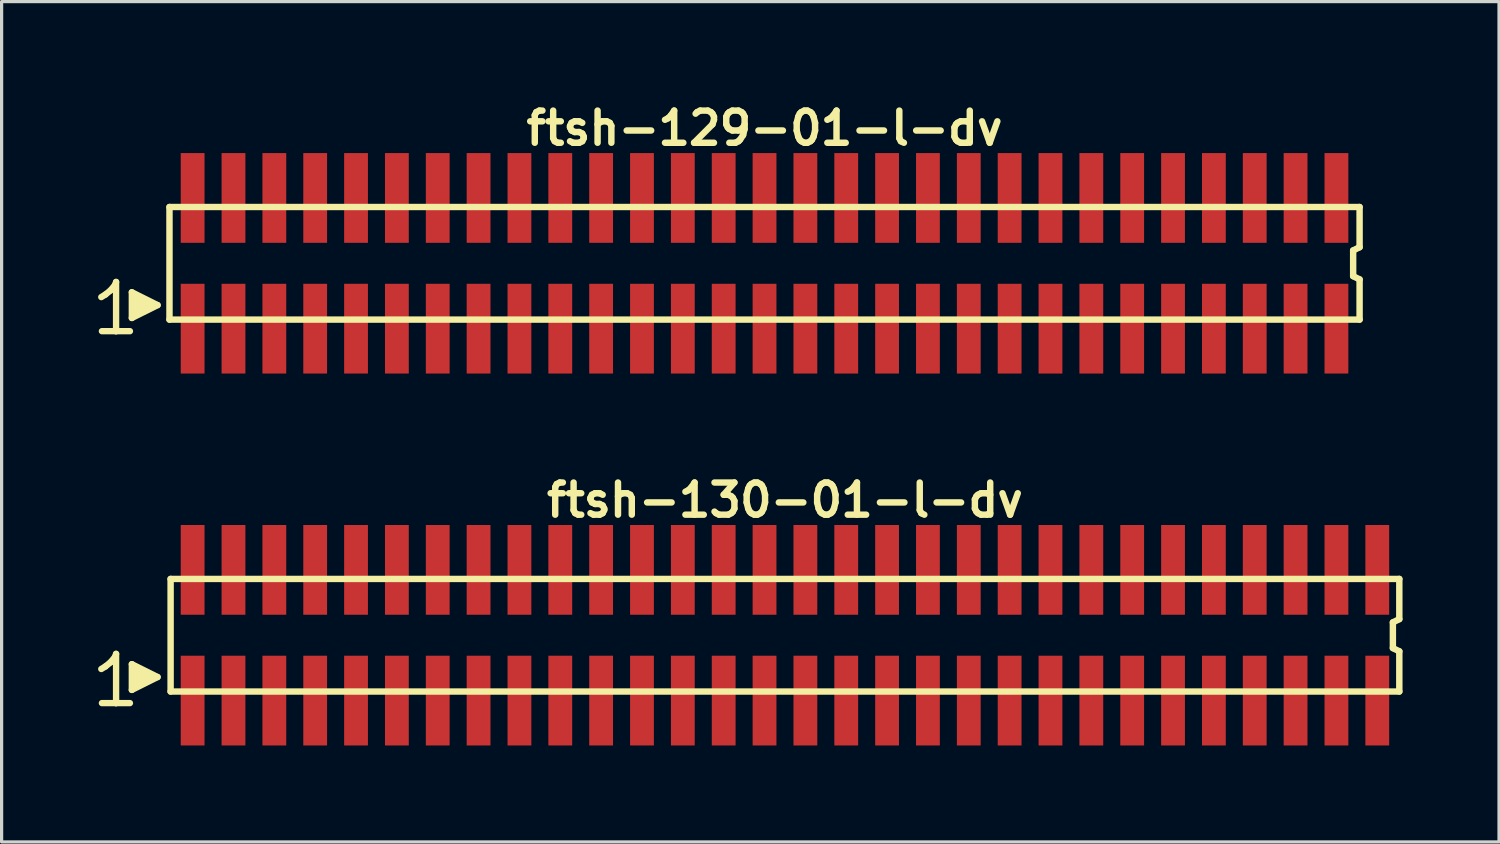
<source format=kicad_pcb>
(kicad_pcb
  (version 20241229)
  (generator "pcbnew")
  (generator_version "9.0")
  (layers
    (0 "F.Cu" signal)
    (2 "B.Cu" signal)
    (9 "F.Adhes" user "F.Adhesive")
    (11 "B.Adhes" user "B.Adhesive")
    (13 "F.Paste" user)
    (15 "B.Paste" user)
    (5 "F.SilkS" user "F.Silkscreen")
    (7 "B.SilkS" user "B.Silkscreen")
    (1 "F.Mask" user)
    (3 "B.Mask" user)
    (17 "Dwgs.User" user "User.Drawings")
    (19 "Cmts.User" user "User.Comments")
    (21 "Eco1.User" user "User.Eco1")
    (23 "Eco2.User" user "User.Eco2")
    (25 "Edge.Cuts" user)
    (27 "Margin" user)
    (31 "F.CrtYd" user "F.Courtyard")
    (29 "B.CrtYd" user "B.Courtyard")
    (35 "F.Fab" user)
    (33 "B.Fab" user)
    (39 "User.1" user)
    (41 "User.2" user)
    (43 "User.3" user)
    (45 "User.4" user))
  (footprint "ftsh-130-01-l-dv"
    (layer "F.Cu")
    (at 21.354 16.699)
    (property "Reference" "ftsh-130-01-l-dv" (at 0 -4.2 0) (layer "F.SilkS") (effects (font (size 1 1) (thickness 0.2))))
    (attr through_hole)
    (fp_line (start -21.255 1.05) (end -21.125 0.97) (stroke (width 0.198) (type solid)) (layer "F.SilkS"))
    (fp_line (start -21.125 0.97) (end -20.965 0.84) (stroke (width 0.198) (type solid)) (layer "F.SilkS"))
    (fp_line (start -20.965 0.84) (end -20.825 0.67) (stroke (width 0.198) (type solid)) (layer "F.SilkS"))
    (fp_line (start -20.825 0.67) (end -20.795 0.58) (stroke (width 0.198) (type solid)) (layer "F.SilkS"))
    (fp_line (start -20.795 0.58) (end -20.795 2.11) (stroke (width 0.198) (type solid)) (layer "F.SilkS"))
    (fp_line (start -20.795 2.11) (end -21.235 2.11) (stroke (width 0.198) (type solid)) (layer "F.SilkS"))
    (fp_line (start -20.365 2.11) (end -20.805 2.11) (stroke (width 0.198) (type solid)) (layer "F.SilkS"))
    (fp_line (start -20.305 0.9) (end -19.505 1.3) (stroke (width 0.198) (type solid)) (layer "F.SilkS"))
    (fp_line (start -20.305 1.7) (end -20.305 0.9) (stroke (width 0.198) (type solid)) (layer "F.SilkS"))
    (fp_line (start -20.205 1.6) (end -20.205 1) (stroke (width 0.198) (type solid)) (layer "F.SilkS"))
    (fp_line (start -20.105 1.1) (end -20.105 1.5) (stroke (width 0.198) (type solid)) (layer "F.SilkS"))
    (fp_line (start -20.005 1.5) (end -20.005 1.1) (stroke (width 0.198) (type solid)) (layer "F.SilkS"))
    (fp_line (start -19.905 1.2) (end -19.905 1.4) (stroke (width 0.198) (type solid)) (layer "F.SilkS"))
    (fp_line (start -19.805 1.4) (end -19.805 1.2) (stroke (width 0.198) (type solid)) (layer "F.SilkS"))
    (fp_line (start -19.505 1.3) (end -20.305 1.7) (stroke (width 0.198) (type solid)) (layer "F.SilkS"))
    (fp_line (start -19.1 -1.75) (end -19.1 1.75) (stroke (width 0.2) (type solid)) (layer "F.SilkS"))
    (fp_line (start -19.1 -1.75) (end 19.1 -1.75) (stroke (width 0.2) (type solid)) (layer "F.SilkS"))
    (fp_line (start -19.1 1.75) (end 19.1 1.75) (stroke (width 0.2) (type solid)) (layer "F.SilkS"))
    (fp_line (start 18.9 -0.4) (end 18.9 0.4) (stroke (width 0.2) (type solid)) (layer "F.SilkS"))
    (fp_line (start 18.9 0.4) (end 19.1 0.5) (stroke (width 0.2) (type solid)) (layer "F.SilkS"))
    (fp_line (start 19.1 -0.5) (end 18.9 -0.4) (stroke (width 0.2) (type solid)) (layer "F.SilkS"))
    (fp_line (start 19.1 -0.5) (end 19.1 -1.75) (stroke (width 0.2) (type solid)) (layer "F.SilkS"))
    (fp_line (start 19.1 0.5) (end 19.1 1.75) (stroke (width 0.2) (type solid)) (layer "F.SilkS"))
    (pad "1" smd rect (at -18.415 2.032) (size 0.74 2.79) (layers "F.Cu" "F.Mask" "F.Paste"))
    (pad "2" smd rect (at -18.415 -2.032) (size 0.74 2.79) (layers "F.Cu" "F.Mask" "F.Paste"))
    (pad "3" smd rect (at -17.145 2.032) (size 0.74 2.79) (layers "F.Cu" "F.Mask" "F.Paste"))
    (pad "4" smd rect (at -17.145 -2.032) (size 0.74 2.79) (layers "F.Cu" "F.Mask" "F.Paste"))
    (pad "5" smd rect (at -15.875 2.032) (size 0.74 2.79) (layers "F.Cu" "F.Mask" "F.Paste"))
    (pad "6" smd rect (at -15.875 -2.032) (size 0.74 2.79) (layers "F.Cu" "F.Mask" "F.Paste"))
    (pad "7" smd rect (at -14.605 2.032) (size 0.74 2.79) (layers "F.Cu" "F.Mask" "F.Paste"))
    (pad "8" smd rect (at -14.605 -2.032) (size 0.74 2.79) (layers "F.Cu" "F.Mask" "F.Paste"))
    (pad "9" smd rect (at -13.335 2.032) (size 0.74 2.79) (layers "F.Cu" "F.Mask" "F.Paste"))
    (pad "10" smd rect (at -13.335 -2.032) (size 0.74 2.79) (layers "F.Cu" "F.Mask" "F.Paste"))
    (pad "11" smd rect (at -12.065 2.032) (size 0.74 2.79) (layers "F.Cu" "F.Mask" "F.Paste"))
    (pad "12" smd rect (at -12.065 -2.032) (size 0.74 2.79) (layers "F.Cu" "F.Mask" "F.Paste"))
    (pad "13" smd rect (at -10.795 2.032) (size 0.74 2.79) (layers "F.Cu" "F.Mask" "F.Paste"))
    (pad "14" smd rect (at -10.795 -2.032) (size 0.74 2.79) (layers "F.Cu" "F.Mask" "F.Paste"))
    (pad "15" smd rect (at -9.525 2.032) (size 0.74 2.79) (layers "F.Cu" "F.Mask" "F.Paste"))
    (pad "16" smd rect (at -9.525 -2.032) (size 0.74 2.79) (layers "F.Cu" "F.Mask" "F.Paste"))
    (pad "17" smd rect (at -8.255 2.032) (size 0.74 2.79) (layers "F.Cu" "F.Mask" "F.Paste"))
    (pad "18" smd rect (at -8.255 -2.032) (size 0.74 2.79) (layers "F.Cu" "F.Mask" "F.Paste"))
    (pad "19" smd rect (at -6.985 2.032) (size 0.74 2.79) (layers "F.Cu" "F.Mask" "F.Paste"))
    (pad "20" smd rect (at -6.985 -2.032) (size 0.74 2.79) (layers "F.Cu" "F.Mask" "F.Paste"))
    (pad "21" smd rect (at -5.715 2.032) (size 0.74 2.79) (layers "F.Cu" "F.Mask" "F.Paste"))
    (pad "22" smd rect (at -5.715 -2.032) (size 0.74 2.79) (layers "F.Cu" "F.Mask" "F.Paste"))
    (pad "23" smd rect (at -4.445 2.032) (size 0.74 2.79) (layers "F.Cu" "F.Mask" "F.Paste"))
    (pad "24" smd rect (at -4.445 -2.032) (size 0.74 2.79) (layers "F.Cu" "F.Mask" "F.Paste"))
    (pad "25" smd rect (at -3.175 2.032) (size 0.74 2.79) (layers "F.Cu" "F.Mask" "F.Paste"))
    (pad "26" smd rect (at -3.175 -2.032) (size 0.74 2.79) (layers "F.Cu" "F.Mask" "F.Paste"))
    (pad "27" smd rect (at -1.905 2.032) (size 0.74 2.79) (layers "F.Cu" "F.Mask" "F.Paste"))
    (pad "28" smd rect (at -1.905 -2.032) (size 0.74 2.79) (layers "F.Cu" "F.Mask" "F.Paste"))
    (pad "29" smd rect (at -0.635 2.032) (size 0.74 2.79) (layers "F.Cu" "F.Mask" "F.Paste"))
    (pad "30" smd rect (at -0.635 -2.032) (size 0.74 2.79) (layers "F.Cu" "F.Mask" "F.Paste"))
    (pad "31" smd rect (at 0.635 2.032) (size 0.74 2.79) (layers "F.Cu" "F.Mask" "F.Paste"))
    (pad "32" smd rect (at 0.635 -2.032) (size 0.74 2.79) (layers "F.Cu" "F.Mask" "F.Paste"))
    (pad "33" smd rect (at 1.905 2.032) (size 0.74 2.79) (layers "F.Cu" "F.Mask" "F.Paste"))
    (pad "34" smd rect (at 1.905 -2.032) (size 0.74 2.79) (layers "F.Cu" "F.Mask" "F.Paste"))
    (pad "35" smd rect (at 3.175 2.032) (size 0.74 2.79) (layers "F.Cu" "F.Mask" "F.Paste"))
    (pad "36" smd rect (at 3.175 -2.032) (size 0.74 2.79) (layers "F.Cu" "F.Mask" "F.Paste"))
    (pad "37" smd rect (at 4.445 2.032) (size 0.74 2.79) (layers "F.Cu" "F.Mask" "F.Paste"))
    (pad "38" smd rect (at 4.445 -2.032) (size 0.74 2.79) (layers "F.Cu" "F.Mask" "F.Paste"))
    (pad "39" smd rect (at 5.715 2.032) (size 0.74 2.79) (layers "F.Cu" "F.Mask" "F.Paste"))
    (pad "40" smd rect (at 5.715 -2.032) (size 0.74 2.79) (layers "F.Cu" "F.Mask" "F.Paste"))
    (pad "41" smd rect (at 6.985 2.032) (size 0.74 2.79) (layers "F.Cu" "F.Mask" "F.Paste"))
    (pad "42" smd rect (at 6.985 -2.032) (size 0.74 2.79) (layers "F.Cu" "F.Mask" "F.Paste"))
    (pad "43" smd rect (at 8.255 2.032) (size 0.74 2.79) (layers "F.Cu" "F.Mask" "F.Paste"))
    (pad "44" smd rect (at 8.255 -2.032) (size 0.74 2.79) (layers "F.Cu" "F.Mask" "F.Paste"))
    (pad "45" smd rect (at 9.525 2.032) (size 0.74 2.79) (layers "F.Cu" "F.Mask" "F.Paste"))
    (pad "46" smd rect (at 9.525 -2.032) (size 0.74 2.79) (layers "F.Cu" "F.Mask" "F.Paste"))
    (pad "47" smd rect (at 10.795 2.032) (size 0.74 2.79) (layers "F.Cu" "F.Mask" "F.Paste"))
    (pad "48" smd rect (at 10.795 -2.032) (size 0.74 2.79) (layers "F.Cu" "F.Mask" "F.Paste"))
    (pad "49" smd rect (at 12.065 2.032) (size 0.74 2.79) (layers "F.Cu" "F.Mask" "F.Paste"))
    (pad "50" smd rect (at 12.065 -2.032) (size 0.74 2.79) (layers "F.Cu" "F.Mask" "F.Paste"))
    (pad "51" smd rect (at 13.335 2.032) (size 0.74 2.79) (layers "F.Cu" "F.Mask" "F.Paste"))
    (pad "52" smd rect (at 13.335 -2.032) (size 0.74 2.79) (layers "F.Cu" "F.Mask" "F.Paste"))
    (pad "53" smd rect (at 14.605 2.032) (size 0.74 2.79) (layers "F.Cu" "F.Mask" "F.Paste"))
    (pad "54" smd rect (at 14.605 -2.032) (size 0.74 2.79) (layers "F.Cu" "F.Mask" "F.Paste"))
    (pad "55" smd rect (at 15.875 2.032) (size 0.74 2.79) (layers "F.Cu" "F.Mask" "F.Paste"))
    (pad "56" smd rect (at 15.875 -2.032) (size 0.74 2.79) (layers "F.Cu" "F.Mask" "F.Paste"))
    (pad "57" smd rect (at 17.145 2.032) (size 0.74 2.79) (layers "F.Cu" "F.Mask" "F.Paste"))
    (pad "58" smd rect (at 17.145 -2.032) (size 0.74 2.79) (layers "F.Cu" "F.Mask" "F.Paste"))
    (pad "59" smd rect (at 18.415 2.032) (size 0.74 2.79) (layers "F.Cu" "F.Mask" "F.Paste"))
    (pad "60" smd rect (at 18.415 -2.032) (size 0.74 2.79) (layers "F.Cu" "F.Mask" "F.Paste")))
  (footprint "ftsh-129-01-l-dv"
    (layer "F.Cu")
    (at 20.719 5.136)
    (property "Reference" "ftsh-129-01-l-dv" (at 0 -4.2 0) (layer "F.SilkS") (effects (font (size 1 1) (thickness 0.2))))
    (attr through_hole)
    (fp_line (start -20.62 1.05) (end -20.49 0.97) (stroke (width 0.198) (type solid)) (layer "F.SilkS"))
    (fp_line (start -20.49 0.97) (end -20.33 0.84) (stroke (width 0.198) (type solid)) (layer "F.SilkS"))
    (fp_line (start -20.33 0.84) (end -20.19 0.67) (stroke (width 0.198) (type solid)) (layer "F.SilkS"))
    (fp_line (start -20.19 0.67) (end -20.16 0.58) (stroke (width 0.198) (type solid)) (layer "F.SilkS"))
    (fp_line (start -20.16 0.58) (end -20.16 2.11) (stroke (width 0.198) (type solid)) (layer "F.SilkS"))
    (fp_line (start -20.16 2.11) (end -20.6 2.11) (stroke (width 0.198) (type solid)) (layer "F.SilkS"))
    (fp_line (start -19.73 2.11) (end -20.17 2.11) (stroke (width 0.198) (type solid)) (layer "F.SilkS"))
    (fp_line (start -19.67 0.9) (end -18.87 1.3) (stroke (width 0.198) (type solid)) (layer "F.SilkS"))
    (fp_line (start -19.67 1.7) (end -19.67 0.9) (stroke (width 0.198) (type solid)) (layer "F.SilkS"))
    (fp_line (start -19.57 1.6) (end -19.57 1) (stroke (width 0.198) (type solid)) (layer "F.SilkS"))
    (fp_line (start -19.47 1.1) (end -19.47 1.5) (stroke (width 0.198) (type solid)) (layer "F.SilkS"))
    (fp_line (start -19.37 1.5) (end -19.37 1.1) (stroke (width 0.198) (type solid)) (layer "F.SilkS"))
    (fp_line (start -19.27 1.2) (end -19.27 1.4) (stroke (width 0.198) (type solid)) (layer "F.SilkS"))
    (fp_line (start -19.17 1.4) (end -19.17 1.2) (stroke (width 0.198) (type solid)) (layer "F.SilkS"))
    (fp_line (start -18.87 1.3) (end -19.67 1.7) (stroke (width 0.198) (type solid)) (layer "F.SilkS"))
    (fp_line (start -18.5 -1.75) (end -18.5 1.75) (stroke (width 0.2) (type solid)) (layer "F.SilkS"))
    (fp_line (start -18.5 -1.75) (end 18.5 -1.75) (stroke (width 0.2) (type solid)) (layer "F.SilkS"))
    (fp_line (start -18.5 1.75) (end 18.5 1.75) (stroke (width 0.2) (type solid)) (layer "F.SilkS"))
    (fp_line (start 18.3 -0.4) (end 18.3 0.4) (stroke (width 0.2) (type solid)) (layer "F.SilkS"))
    (fp_line (start 18.3 0.4) (end 18.5 0.5) (stroke (width 0.2) (type solid)) (layer "F.SilkS"))
    (fp_line (start 18.5 -0.5) (end 18.3 -0.4) (stroke (width 0.2) (type solid)) (layer "F.SilkS"))
    (fp_line (start 18.5 -0.5) (end 18.5 -1.75) (stroke (width 0.2) (type solid)) (layer "F.SilkS"))
    (fp_line (start 18.5 0.5) (end 18.5 1.75) (stroke (width 0.2) (type solid)) (layer "F.SilkS"))
    (pad "1" smd rect (at -17.78 2.032) (size 0.74 2.79) (layers "F.Cu" "F.Mask" "F.Paste"))
    (pad "2" smd rect (at -17.78 -2.032) (size 0.74 2.79) (layers "F.Cu" "F.Mask" "F.Paste"))
    (pad "3" smd rect (at -16.51 2.032) (size 0.74 2.79) (layers "F.Cu" "F.Mask" "F.Paste"))
    (pad "4" smd rect (at -16.51 -2.032) (size 0.74 2.79) (layers "F.Cu" "F.Mask" "F.Paste"))
    (pad "5" smd rect (at -15.24 2.032) (size 0.74 2.79) (layers "F.Cu" "F.Mask" "F.Paste"))
    (pad "6" smd rect (at -15.24 -2.032) (size 0.74 2.79) (layers "F.Cu" "F.Mask" "F.Paste"))
    (pad "7" smd rect (at -13.97 2.032) (size 0.74 2.79) (layers "F.Cu" "F.Mask" "F.Paste"))
    (pad "8" smd rect (at -13.97 -2.032) (size 0.74 2.79) (layers "F.Cu" "F.Mask" "F.Paste"))
    (pad "9" smd rect (at -12.7 2.032) (size 0.74 2.79) (layers "F.Cu" "F.Mask" "F.Paste"))
    (pad "10" smd rect (at -12.7 -2.032) (size 0.74 2.79) (layers "F.Cu" "F.Mask" "F.Paste"))
    (pad "11" smd rect (at -11.43 2.032) (size 0.74 2.79) (layers "F.Cu" "F.Mask" "F.Paste"))
    (pad "12" smd rect (at -11.43 -2.032) (size 0.74 2.79) (layers "F.Cu" "F.Mask" "F.Paste"))
    (pad "13" smd rect (at -10.16 2.032) (size 0.74 2.79) (layers "F.Cu" "F.Mask" "F.Paste"))
    (pad "14" smd rect (at -10.16 -2.032) (size 0.74 2.79) (layers "F.Cu" "F.Mask" "F.Paste"))
    (pad "15" smd rect (at -8.89 2.032) (size 0.74 2.79) (layers "F.Cu" "F.Mask" "F.Paste"))
    (pad "16" smd rect (at -8.89 -2.032) (size 0.74 2.79) (layers "F.Cu" "F.Mask" "F.Paste"))
    (pad "17" smd rect (at -7.62 2.032) (size 0.74 2.79) (layers "F.Cu" "F.Mask" "F.Paste"))
    (pad "18" smd rect (at -7.62 -2.032) (size 0.74 2.79) (layers "F.Cu" "F.Mask" "F.Paste"))
    (pad "19" smd rect (at -6.35 2.032) (size 0.74 2.79) (layers "F.Cu" "F.Mask" "F.Paste"))
    (pad "20" smd rect (at -6.35 -2.032) (size 0.74 2.79) (layers "F.Cu" "F.Mask" "F.Paste"))
    (pad "21" smd rect (at -5.08 2.032) (size 0.74 2.79) (layers "F.Cu" "F.Mask" "F.Paste"))
    (pad "22" smd rect (at -5.08 -2.032) (size 0.74 2.79) (layers "F.Cu" "F.Mask" "F.Paste"))
    (pad "23" smd rect (at -3.81 2.032) (size 0.74 2.79) (layers "F.Cu" "F.Mask" "F.Paste"))
    (pad "24" smd rect (at -3.81 -2.032) (size 0.74 2.79) (layers "F.Cu" "F.Mask" "F.Paste"))
    (pad "25" smd rect (at -2.54 2.032) (size 0.74 2.79) (layers "F.Cu" "F.Mask" "F.Paste"))
    (pad "26" smd rect (at -2.54 -2.032) (size 0.74 2.79) (layers "F.Cu" "F.Mask" "F.Paste"))
    (pad "27" smd rect (at -1.27 2.032) (size 0.74 2.79) (layers "F.Cu" "F.Mask" "F.Paste"))
    (pad "28" smd rect (at -1.27 -2.032) (size 0.74 2.79) (layers "F.Cu" "F.Mask" "F.Paste"))
    (pad "29" smd rect (at 0 2.032) (size 0.74 2.79) (layers "F.Cu" "F.Mask" "F.Paste"))
    (pad "30" smd rect (at 0 -2.032) (size 0.74 2.79) (layers "F.Cu" "F.Mask" "F.Paste"))
    (pad "31" smd rect (at 1.27 2.032) (size 0.74 2.79) (layers "F.Cu" "F.Mask" "F.Paste"))
    (pad "32" smd rect (at 1.27 -2.032) (size 0.74 2.79) (layers "F.Cu" "F.Mask" "F.Paste"))
    (pad "33" smd rect (at 2.54 2.032) (size 0.74 2.79) (layers "F.Cu" "F.Mask" "F.Paste"))
    (pad "34" smd rect (at 2.54 -2.032) (size 0.74 2.79) (layers "F.Cu" "F.Mask" "F.Paste"))
    (pad "35" smd rect (at 3.81 2.032) (size 0.74 2.79) (layers "F.Cu" "F.Mask" "F.Paste"))
    (pad "36" smd rect (at 3.81 -2.032) (size 0.74 2.79) (layers "F.Cu" "F.Mask" "F.Paste"))
    (pad "37" smd rect (at 5.08 2.032) (size 0.74 2.79) (layers "F.Cu" "F.Mask" "F.Paste"))
    (pad "38" smd rect (at 5.08 -2.032) (size 0.74 2.79) (layers "F.Cu" "F.Mask" "F.Paste"))
    (pad "39" smd rect (at 6.35 2.032) (size 0.74 2.79) (layers "F.Cu" "F.Mask" "F.Paste"))
    (pad "40" smd rect (at 6.35 -2.032) (size 0.74 2.79) (layers "F.Cu" "F.Mask" "F.Paste"))
    (pad "41" smd rect (at 7.62 2.032) (size 0.74 2.79) (layers "F.Cu" "F.Mask" "F.Paste"))
    (pad "42" smd rect (at 7.62 -2.032) (size 0.74 2.79) (layers "F.Cu" "F.Mask" "F.Paste"))
    (pad "43" smd rect (at 8.89 2.032) (size 0.74 2.79) (layers "F.Cu" "F.Mask" "F.Paste"))
    (pad "44" smd rect (at 8.89 -2.032) (size 0.74 2.79) (layers "F.Cu" "F.Mask" "F.Paste"))
    (pad "45" smd rect (at 10.16 2.032) (size 0.74 2.79) (layers "F.Cu" "F.Mask" "F.Paste"))
    (pad "46" smd rect (at 10.16 -2.032) (size 0.74 2.79) (layers "F.Cu" "F.Mask" "F.Paste"))
    (pad "47" smd rect (at 11.43 2.032) (size 0.74 2.79) (layers "F.Cu" "F.Mask" "F.Paste"))
    (pad "48" smd rect (at 11.43 -2.032) (size 0.74 2.79) (layers "F.Cu" "F.Mask" "F.Paste"))
    (pad "49" smd rect (at 12.7 2.032) (size 0.74 2.79) (layers "F.Cu" "F.Mask" "F.Paste"))
    (pad "50" smd rect (at 12.7 -2.032) (size 0.74 2.79) (layers "F.Cu" "F.Mask" "F.Paste"))
    (pad "51" smd rect (at 13.97 2.032) (size 0.74 2.79) (layers "F.Cu" "F.Mask" "F.Paste"))
    (pad "52" smd rect (at 13.97 -2.032) (size 0.74 2.79) (layers "F.Cu" "F.Mask" "F.Paste"))
    (pad "53" smd rect (at 15.24 2.032) (size 0.74 2.79) (layers "F.Cu" "F.Mask" "F.Paste"))
    (pad "54" smd rect (at 15.24 -2.032) (size 0.74 2.79) (layers "F.Cu" "F.Mask" "F.Paste"))
    (pad "55" smd rect (at 16.51 2.032) (size 0.74 2.79) (layers "F.Cu" "F.Mask" "F.Paste"))
    (pad "56" smd rect (at 16.51 -2.032) (size 0.74 2.79) (layers "F.Cu" "F.Mask" "F.Paste"))
    (pad "57" smd rect (at 17.78 2.032) (size 0.74 2.79) (layers "F.Cu" "F.Mask" "F.Paste"))
    (pad "58" smd rect (at 17.78 -2.032) (size 0.74 2.79) (layers "F.Cu" "F.Mask" "F.Paste")))
  (gr_rect
    (start -3 -3)
    (end 43.554 23.126)
    (stroke (width 0.1) (type default))
    (fill no)
    (layer "Edge.Cuts")))
</source>
